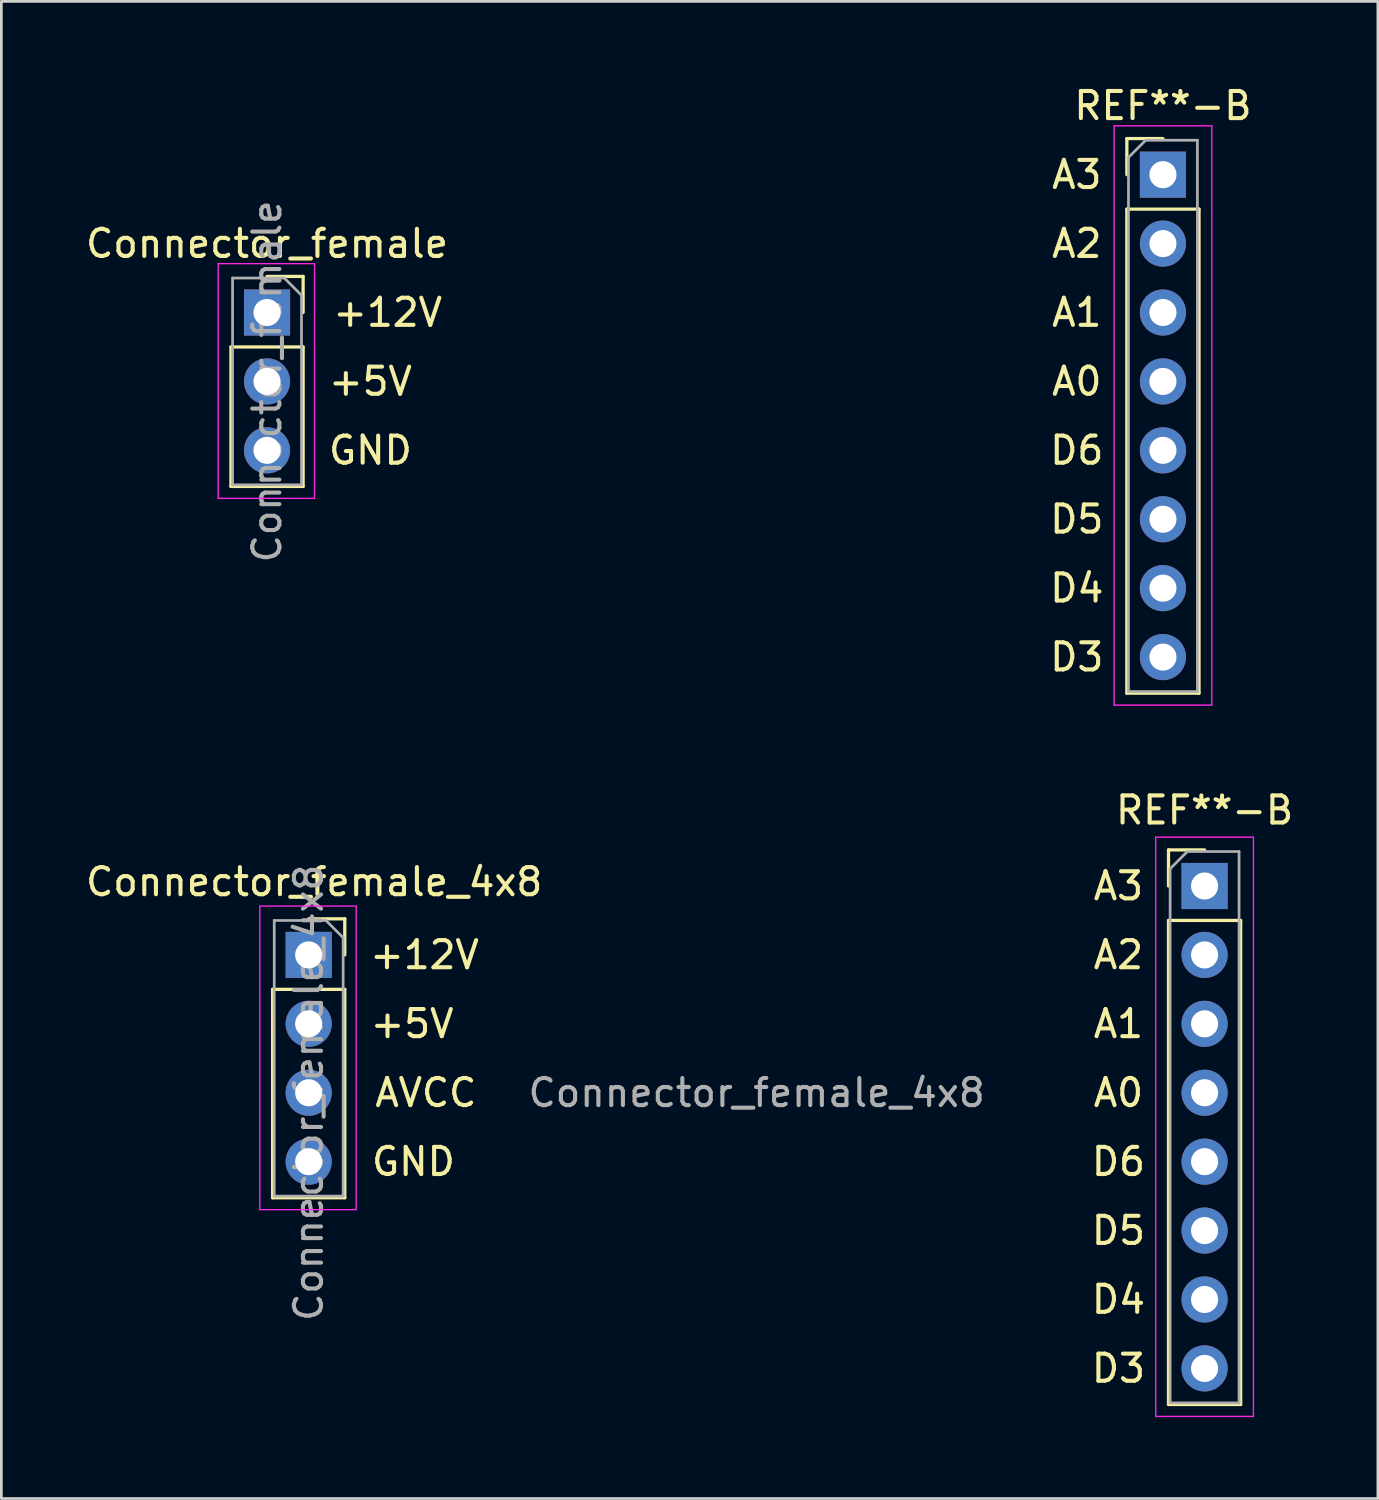
<source format=kicad_pcb>
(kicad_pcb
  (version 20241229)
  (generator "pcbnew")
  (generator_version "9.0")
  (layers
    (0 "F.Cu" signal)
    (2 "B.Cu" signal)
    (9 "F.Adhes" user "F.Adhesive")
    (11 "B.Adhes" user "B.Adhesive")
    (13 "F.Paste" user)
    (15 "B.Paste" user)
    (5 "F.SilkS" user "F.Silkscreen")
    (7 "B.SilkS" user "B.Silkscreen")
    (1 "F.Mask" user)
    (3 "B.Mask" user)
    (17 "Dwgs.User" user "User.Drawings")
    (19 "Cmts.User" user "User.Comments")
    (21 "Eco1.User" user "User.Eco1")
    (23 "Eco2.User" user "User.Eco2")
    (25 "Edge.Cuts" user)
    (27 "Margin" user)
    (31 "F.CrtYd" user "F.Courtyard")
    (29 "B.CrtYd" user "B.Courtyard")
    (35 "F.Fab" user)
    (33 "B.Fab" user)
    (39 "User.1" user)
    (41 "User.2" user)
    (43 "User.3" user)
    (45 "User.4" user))
  (footprint "Connector_female"
    (layer "F.Cu")
    (at 22.032 11.008)
    (property "Reference" "Connector_female" (at -15.24 -5.08 0) (unlocked yes) (layer "F.SilkS") (effects (font (size 1 1) (thickness 0.15))))
    (attr through_hole)
    (fp_line (start -16.57 -1.27) (end -16.57 3.87) (stroke (width 0.12) (type solid)) (layer "F.SilkS"))
    (fp_line (start -16.57 -1.27) (end -13.91 -1.27) (stroke (width 0.12) (type solid)) (layer "F.SilkS"))
    (fp_line (start -16.57 3.87) (end -13.91 3.87) (stroke (width 0.12) (type solid)) (layer "F.SilkS"))
    (fp_line (start -15.24 -3.87) (end -13.91 -3.87) (stroke (width 0.12) (type solid)) (layer "F.SilkS"))
    (fp_line (start -13.91 -3.87) (end -13.91 -2.54) (stroke (width 0.12) (type solid)) (layer "F.SilkS"))
    (fp_line (start -13.91 -1.27) (end -13.91 3.87) (stroke (width 0.12) (type solid)) (layer "F.SilkS"))
    (fp_line (start 16.45 -8.95) (end 17.78 -8.95) (stroke (width 0.12) (type solid)) (layer "F.SilkS"))
    (fp_line (start 16.45 -7.62) (end 16.45 -8.95) (stroke (width 0.12) (type solid)) (layer "F.SilkS"))
    (fp_line (start 16.45 -6.35) (end 16.45 11.49) (stroke (width 0.12) (type solid)) (layer "F.SilkS"))
    (fp_line (start 16.45 -6.35) (end 19.11 -6.35) (stroke (width 0.12) (type solid)) (layer "F.SilkS"))
    (fp_line (start 16.45 11.49) (end 19.11 11.49) (stroke (width 0.12) (type solid)) (layer "F.SilkS"))
    (fp_line (start 19.11 -6.35) (end 19.11 11.49) (stroke (width 0.12) (type solid)) (layer "F.SilkS"))
    (fp_line (start -17.04 -4.34) (end -13.49 -4.34) (stroke (width 0.05) (type solid)) (layer "F.CrtYd"))
    (fp_line (start -17.04 4.31) (end -17.04 -4.34) (stroke (width 0.05) (type solid)) (layer "F.CrtYd"))
    (fp_line (start -13.49 -4.34) (end -13.49 4.31) (stroke (width 0.05) (type solid)) (layer "F.CrtYd"))
    (fp_line (start -13.49 4.31) (end -17.04 4.31) (stroke (width 0.05) (type solid)) (layer "F.CrtYd"))
    (fp_line (start 15.98 -9.42) (end 15.98 11.93) (stroke (width 0.05) (type solid)) (layer "F.CrtYd"))
    (fp_line (start 15.98 11.93) (end 19.58 11.93) (stroke (width 0.05) (type solid)) (layer "F.CrtYd"))
    (fp_line (start 19.58 -9.42) (end 15.98 -9.42) (stroke (width 0.05) (type solid)) (layer "F.CrtYd"))
    (fp_line (start 19.58 11.93) (end 19.58 -9.42) (stroke (width 0.05) (type solid)) (layer "F.CrtYd"))
    (fp_line (start -16.51 -3.81) (end -14.605 -3.81) (stroke (width 0.1) (type solid)) (layer "F.Fab"))
    (fp_line (start -16.51 3.81) (end -16.51 -3.81) (stroke (width 0.1) (type solid)) (layer "F.Fab"))
    (fp_line (start -14.605 -3.81) (end -13.97 -3.175) (stroke (width 0.1) (type solid)) (layer "F.Fab"))
    (fp_line (start -13.97 -3.175) (end -13.97 3.81) (stroke (width 0.1) (type solid)) (layer "F.Fab"))
    (fp_line (start -13.97 3.81) (end -16.51 3.81) (stroke (width 0.1) (type solid)) (layer "F.Fab"))
    (fp_line (start 16.51 -8.255) (end 17.145 -8.89) (stroke (width 0.1) (type solid)) (layer "F.Fab"))
    (fp_line (start 16.51 11.43) (end 16.51 -8.255) (stroke (width 0.1) (type solid)) (layer "F.Fab"))
    (fp_line (start 17.145 -8.89) (end 19.05 -8.89) (stroke (width 0.1) (type solid)) (layer "F.Fab"))
    (fp_line (start 19.05 -8.89) (end 19.05 11.43) (stroke (width 0.1) (type solid)) (layer "F.Fab"))
    (fp_line (start 19.05 11.43) (end 16.51 11.43) (stroke (width 0.1) (type solid)) (layer "F.Fab"))
    (fp_text user "D3" (at 14.605 10.16 0) (unlocked yes) (layer "F.SilkS") (effects (font (size 1 1) (thickness 0.15))))
    (fp_text user "D4" (at 14.605 7.62 0) (unlocked yes) (layer "F.SilkS") (effects (font (size 1 1) (thickness 0.15))))
    (fp_text user "+5V" (at -11.43 0 0) (unlocked yes) (layer "F.SilkS") (effects (font (size 1 1) (thickness 0.15))))
    (fp_text user "D6" (at 14.605 2.54 0) (unlocked yes) (layer "F.SilkS") (effects (font (size 1 1) (thickness 0.15))))
    (fp_text user "A2" (at 14.605 -5.08 0) (unlocked yes) (layer "F.SilkS") (effects (font (size 1 1) (thickness 0.15))))
    (fp_text user "A1" (at 14.605 -2.54 0) (unlocked yes) (layer "F.SilkS") (effects (font (size 1 1) (thickness 0.15))))
    (fp_text user "REF**-B" (at 17.78 -10.16 0) (unlocked yes) (layer "F.SilkS") (effects (font (size 1 1) (thickness 0.15))))
    (fp_text user "D5" (at 14.605 5.08 0) (unlocked yes) (layer "F.SilkS") (effects (font (size 1 1) (thickness 0.15))))
    (fp_text user "A0" (at 14.605 0 0) (unlocked yes) (layer "F.SilkS") (effects (font (size 1 1) (thickness 0.15))))
    (fp_text user "GND" (at -11.43 2.54 0) (unlocked yes) (layer "F.SilkS") (effects (font (size 1 1) (thickness 0.15))))
    (fp_text user "+12V" (at -10.795 -2.54 0) (unlocked yes) (layer "F.SilkS") (effects (font (size 1 1) (thickness 0.15))))
    (fp_text user "A3" (at 14.605 -7.62 0) (unlocked yes) (layer "F.SilkS") (effects (font (size 1 1) (thickness 0.15))))
    (fp_text user "${REFERENCE}" (at -15.24 0 90) (unlocked yes) (layer "F.Fab") (effects (font (size 1 1) (thickness 0.15))))
    (pad "1" thru_hole rect (at -15.24 -2.54) (size 1.7 1.7) (drill 1) (layers "*.Cu" "*.Mask"))
    (pad "2" thru_hole oval (at -15.24 0) (size 1.7 1.7) (drill 1) (layers "*.Cu" "*.Mask"))
    (pad "3" thru_hole oval (at -15.24 2.54) (size 1.7 1.7) (drill 1) (layers "*.Cu" "*.Mask"))
    (pad "4" thru_hole oval (at 17.78 10.16) (size 1.7 1.7) (drill 1) (layers "*.Cu" "*.Mask"))
    (pad "5" thru_hole oval (at 17.78 7.62) (size 1.7 1.7) (drill 1) (layers "*.Cu" "*.Mask"))
    (pad "6" thru_hole oval (at 17.78 5.08) (size 1.7 1.7) (drill 1) (layers "*.Cu" "*.Mask"))
    (pad "7" thru_hole oval (at 17.78 2.54) (size 1.7 1.7) (drill 1) (layers "*.Cu" "*.Mask"))
    (pad "8" thru_hole oval (at 17.78 0) (size 1.7 1.7) (drill 1) (layers "*.Cu" "*.Mask"))
    (pad "9" thru_hole oval (at 17.78 -2.54) (size 1.7 1.7) (drill 1) (layers "*.Cu" "*.Mask"))
    (pad "10" thru_hole oval (at 17.78 -5.08) (size 1.7 1.7) (drill 1) (layers "*.Cu" "*.Mask"))
    (pad "11" thru_hole rect (at 17.78 -7.62) (size 1.7 1.7) (drill 1) (layers "*.Cu" "*.Mask")))
  (footprint "Connector_female_4x8"
    (layer "F.Cu")
    (at 24.837 37.225)
    (property "Reference" "Connector_female_4x8" (at -16.307 -7.772 0) (unlocked yes) (layer "F.SilkS") (effects (font (size 1 1) (thickness 0.15))))
    (attr smd)
    (fp_line (start -17.84 -3.81) (end -17.84 3.87) (stroke (width 0.12) (type solid)) (layer "F.SilkS"))
    (fp_line (start -17.84 -3.81) (end -15.18 -3.81) (stroke (width 0.12) (type solid)) (layer "F.SilkS"))
    (fp_line (start -17.84 3.87) (end -15.18 3.87) (stroke (width 0.12) (type solid)) (layer "F.SilkS"))
    (fp_line (start -16.51 -6.41) (end -15.18 -6.41) (stroke (width 0.12) (type solid)) (layer "F.SilkS"))
    (fp_line (start -15.18 -6.41) (end -15.18 -5.08) (stroke (width 0.12) (type solid)) (layer "F.SilkS"))
    (fp_line (start -15.18 -3.81) (end -15.18 3.87) (stroke (width 0.12) (type solid)) (layer "F.SilkS"))
    (fp_line (start 15.18 -8.95) (end 16.51 -8.95) (stroke (width 0.12) (type solid)) (layer "F.SilkS"))
    (fp_line (start 15.18 -7.62) (end 15.18 -8.95) (stroke (width 0.12) (type solid)) (layer "F.SilkS"))
    (fp_line (start 15.18 -6.35) (end 15.18 11.49) (stroke (width 0.12) (type solid)) (layer "F.SilkS"))
    (fp_line (start 15.18 -6.35) (end 17.84 -6.35) (stroke (width 0.12) (type solid)) (layer "F.SilkS"))
    (fp_line (start 15.18 11.49) (end 17.84 11.49) (stroke (width 0.12) (type solid)) (layer "F.SilkS"))
    (fp_line (start 17.84 -6.35) (end 17.84 11.49) (stroke (width 0.12) (type solid)) (layer "F.SilkS"))
    (fp_line (start -18.31 -6.88) (end -14.76 -6.88) (stroke (width 0.05) (type solid)) (layer "F.CrtYd"))
    (fp_line (start -18.31 4.31) (end -18.31 -6.88) (stroke (width 0.05) (type solid)) (layer "F.CrtYd"))
    (fp_line (start -14.76 -6.88) (end -14.76 4.31) (stroke (width 0.05) (type solid)) (layer "F.CrtYd"))
    (fp_line (start -14.76 4.31) (end -18.31 4.31) (stroke (width 0.05) (type solid)) (layer "F.CrtYd"))
    (fp_line (start 14.71 -9.42) (end 14.71 11.93) (stroke (width 0.05) (type solid)) (layer "F.CrtYd"))
    (fp_line (start 14.71 11.93) (end 18.31 11.93) (stroke (width 0.05) (type solid)) (layer "F.CrtYd"))
    (fp_line (start 18.31 -9.42) (end 14.71 -9.42) (stroke (width 0.05) (type solid)) (layer "F.CrtYd"))
    (fp_line (start 18.31 11.93) (end 18.31 -9.42) (stroke (width 0.05) (type solid)) (layer "F.CrtYd"))
    (fp_line (start -17.78 -6.35) (end -15.875 -6.35) (stroke (width 0.1) (type solid)) (layer "F.Fab"))
    (fp_line (start -17.78 3.81) (end -17.78 -6.35) (stroke (width 0.1) (type solid)) (layer "F.Fab"))
    (fp_line (start -15.875 -6.35) (end -15.24 -5.715) (stroke (width 0.1) (type solid)) (layer "F.Fab"))
    (fp_line (start -15.24 -5.715) (end -15.24 3.81) (stroke (width 0.1) (type solid)) (layer "F.Fab"))
    (fp_line (start -15.24 3.81) (end -17.78 3.81) (stroke (width 0.1) (type solid)) (layer "F.Fab"))
    (fp_line (start 15.24 -8.255) (end 15.875 -8.89) (stroke (width 0.1) (type solid)) (layer "F.Fab"))
    (fp_line (start 15.24 11.43) (end 15.24 -8.255) (stroke (width 0.1) (type solid)) (layer "F.Fab"))
    (fp_line (start 15.875 -8.89) (end 17.78 -8.89) (stroke (width 0.1) (type solid)) (layer "F.Fab"))
    (fp_line (start 17.78 -8.89) (end 17.78 11.43) (stroke (width 0.1) (type solid)) (layer "F.Fab"))
    (fp_line (start 17.78 11.43) (end 15.24 11.43) (stroke (width 0.1) (type solid)) (layer "F.Fab"))
    (fp_text user "A0" (at 13.335 0 0) (unlocked yes) (layer "F.SilkS") (effects (font (size 1 1) (thickness 0.15))))
    (fp_text user "A3" (at 13.335 -7.62 0) (unlocked yes) (layer "F.SilkS") (effects (font (size 1 1) (thickness 0.15))))
    (fp_text user "D4" (at 13.335 7.62 0) (unlocked yes) (layer "F.SilkS") (effects (font (size 1 1) (thickness 0.15))))
    (fp_text user "D5" (at 13.335 5.08 0) (unlocked yes) (layer "F.SilkS") (effects (font (size 1 1) (thickness 0.15))))
    (fp_text user "AVCC" (at -12.192 0 0) (unlocked yes) (layer "F.SilkS") (effects (font (size 1 1) (thickness 0.15))))
    (fp_text user "+12V" (at -12.243 -5.08 0) (unlocked yes) (layer "F.SilkS") (effects (font (size 1 1) (thickness 0.15))))
    (fp_text user "A2" (at 13.335 -5.08 0) (unlocked yes) (layer "F.SilkS") (effects (font (size 1 1) (thickness 0.15))))
    (fp_text user "A1" (at 13.335 -2.54 0) (unlocked yes) (layer "F.SilkS") (effects (font (size 1 1) (thickness 0.15))))
    (fp_text user "REF**-B" (at 16.51 -10.414 0) (unlocked yes) (layer "F.SilkS") (effects (font (size 1 1) (thickness 0.15))))
    (fp_text user "D3" (at 13.335 10.16 0) (unlocked yes) (layer "F.SilkS") (effects (font (size 1 1) (thickness 0.15))))
    (fp_text user "+5V" (at -12.7 -2.54 0) (unlocked yes) (layer "F.SilkS") (effects (font (size 1 1) (thickness 0.15))))
    (fp_text user "GND" (at -12.649 2.54 0) (unlocked yes) (layer "F.SilkS") (effects (font (size 1 1) (thickness 0.15))))
    (fp_text user "D6" (at 13.335 2.54 0) (unlocked yes) (layer "F.SilkS") (effects (font (size 1 1) (thickness 0.15))))
    (fp_text user "${REFERENCE}" (at 0 0 0) (unlocked yes) (layer "F.Fab") (effects (font (size 1 1) (thickness 0.15))))
    (fp_text user "${REFERENCE}" (at -16.51 0 90) (unlocked yes) (layer "F.Fab") (effects (font (size 1 1) (thickness 0.15))))
    (pad "1" thru_hole rect (at -16.51 -5.08) (size 1.7 1.7) (drill 1) (layers "*.Cu" "*.Mask"))
    (pad "2" thru_hole oval (at -16.51 -2.54) (size 1.7 1.7) (drill 1) (layers "*.Cu" "*.Mask"))
    (pad "3" thru_hole oval (at -16.51 0) (size 1.7 1.7) (drill 1) (layers "*.Cu" "*.Mask"))
    (pad "4" thru_hole oval (at -16.51 2.54) (size 1.7 1.7) (drill 1) (layers "*.Cu" "*.Mask"))
    (pad "5" thru_hole oval (at 16.51 10.16) (size 1.7 1.7) (drill 1) (layers "*.Cu" "*.Mask"))
    (pad "6" thru_hole oval (at 16.51 7.62) (size 1.7 1.7) (drill 1) (layers "*.Cu" "*.Mask"))
    (pad "7" thru_hole oval (at 16.51 5.08) (size 1.7 1.7) (drill 1) (layers "*.Cu" "*.Mask"))
    (pad "8" thru_hole oval (at 16.51 2.54) (size 1.7 1.7) (drill 1) (layers "*.Cu" "*.Mask"))
    (pad "9" thru_hole oval (at 16.51 0) (size 1.7 1.7) (drill 1) (layers "*.Cu" "*.Mask"))
    (pad "10" thru_hole oval (at 16.51 -2.54) (size 1.7 1.7) (drill 1) (layers "*.Cu" "*.Mask"))
    (pad "11" thru_hole oval (at 16.51 -5.08) (size 1.7 1.7) (drill 1) (layers "*.Cu" "*.Mask"))
    (pad "12" thru_hole rect (at 16.51 -7.62) (size 1.7 1.7) (drill 1) (layers "*.Cu" "*.Mask")))
  (gr_rect
    (start -3 -3)
    (end 47.733 52.181)
    (stroke (width 0.1) (type default))
    (fill no)
    (layer "Edge.Cuts")))
</source>
